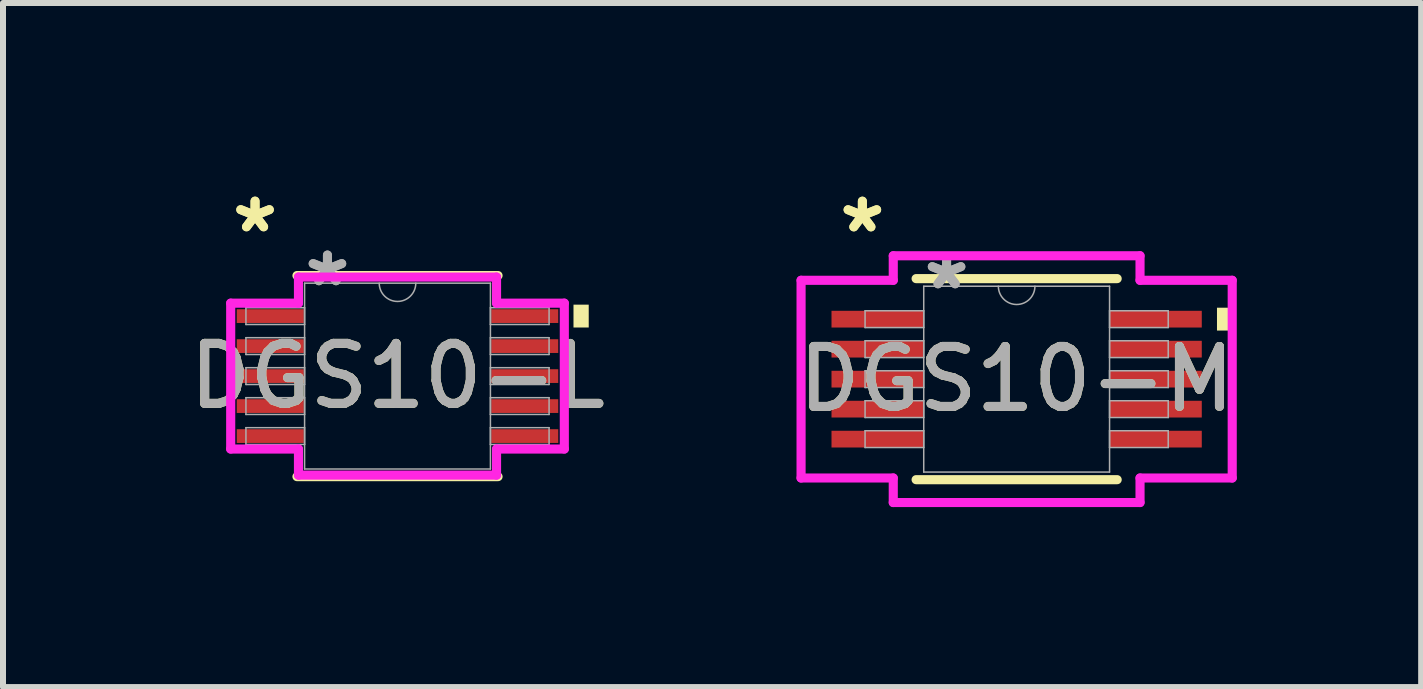
<source format=kicad_pcb>
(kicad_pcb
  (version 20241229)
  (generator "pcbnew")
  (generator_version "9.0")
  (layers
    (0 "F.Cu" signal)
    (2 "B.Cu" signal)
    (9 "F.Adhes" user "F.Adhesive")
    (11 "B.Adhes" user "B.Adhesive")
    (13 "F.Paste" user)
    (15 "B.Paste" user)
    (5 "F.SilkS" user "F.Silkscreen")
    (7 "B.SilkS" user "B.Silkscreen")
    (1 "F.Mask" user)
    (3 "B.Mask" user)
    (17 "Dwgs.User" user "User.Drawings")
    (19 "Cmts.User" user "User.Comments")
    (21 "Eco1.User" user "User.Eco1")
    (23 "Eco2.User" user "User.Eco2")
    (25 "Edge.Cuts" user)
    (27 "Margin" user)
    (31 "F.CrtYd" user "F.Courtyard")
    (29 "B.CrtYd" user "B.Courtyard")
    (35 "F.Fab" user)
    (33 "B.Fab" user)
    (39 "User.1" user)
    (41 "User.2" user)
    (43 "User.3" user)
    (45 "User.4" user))
  (footprint "DGS10-L"
    (layer "F.Cu")
    (at 3.577 3.22)
    (property "Reference" "DGS10-L" (at 0 0 0) (unlocked yes) (layer "F.SilkS") (effects (font (size 1 1) (thickness 0.15))))
    (attr smd)
    (fp_line (start -1.676 1.676) (end 1.676 1.676) (stroke (width 0.152) (type solid)) (layer "F.SilkS"))
    (fp_line (start 1.676 -1.676) (end -1.676 -1.676) (stroke (width 0.152) (type solid)) (layer "F.SilkS"))
    (fp_poly (pts (xy 3.188 -1.191) (xy 3.188 -0.81) (xy 2.934 -0.81) (xy 2.934 -1.191)) (stroke (width 0) (type solid)) (fill yes) (layer "F.SilkS"))
    (fp_line (start -2.781 -1.216) (end -1.651 -1.216) (stroke (width 0.152) (type solid)) (layer "F.CrtYd"))
    (fp_line (start -2.781 1.216) (end -2.781 -1.216) (stroke (width 0.152) (type solid)) (layer "F.CrtYd"))
    (fp_line (start -2.781 1.216) (end -1.651 1.216) (stroke (width 0.152) (type solid)) (layer "F.CrtYd"))
    (fp_line (start -1.651 -1.651) (end 1.651 -1.651) (stroke (width 0.152) (type solid)) (layer "F.CrtYd"))
    (fp_line (start -1.651 -1.216) (end -1.651 -1.651) (stroke (width 0.152) (type solid)) (layer "F.CrtYd"))
    (fp_line (start -1.651 1.651) (end -1.651 1.216) (stroke (width 0.152) (type solid)) (layer "F.CrtYd"))
    (fp_line (start 1.651 -1.651) (end 1.651 -1.216) (stroke (width 0.152) (type solid)) (layer "F.CrtYd"))
    (fp_line (start 1.651 1.216) (end 1.651 1.651) (stroke (width 0.152) (type solid)) (layer "F.CrtYd"))
    (fp_line (start 1.651 1.651) (end -1.651 1.651) (stroke (width 0.152) (type solid)) (layer "F.CrtYd"))
    (fp_line (start 2.781 -1.216) (end 1.651 -1.216) (stroke (width 0.152) (type solid)) (layer "F.CrtYd"))
    (fp_line (start 2.781 -1.216) (end 2.781 1.216) (stroke (width 0.152) (type solid)) (layer "F.CrtYd"))
    (fp_line (start 2.781 1.216) (end 1.651 1.216) (stroke (width 0.152) (type solid)) (layer "F.CrtYd"))
    (fp_line (start -2.527 -1.14) (end -2.527 -0.86) (stroke (width 0.025) (type solid)) (layer "F.Fab"))
    (fp_line (start -2.527 -0.86) (end -1.549 -0.86) (stroke (width 0.025) (type solid)) (layer "F.Fab"))
    (fp_line (start -2.527 -0.64) (end -2.527 -0.36) (stroke (width 0.025) (type solid)) (layer "F.Fab"))
    (fp_line (start -2.527 -0.36) (end -1.549 -0.36) (stroke (width 0.025) (type solid)) (layer "F.Fab"))
    (fp_line (start -2.527 -0.14) (end -2.527 0.14) (stroke (width 0.025) (type solid)) (layer "F.Fab"))
    (fp_line (start -2.527 0.14) (end -1.549 0.14) (stroke (width 0.025) (type solid)) (layer "F.Fab"))
    (fp_line (start -2.527 0.36) (end -2.527 0.64) (stroke (width 0.025) (type solid)) (layer "F.Fab"))
    (fp_line (start -2.527 0.64) (end -1.549 0.64) (stroke (width 0.025) (type solid)) (layer "F.Fab"))
    (fp_line (start -2.527 0.86) (end -2.527 1.14) (stroke (width 0.025) (type solid)) (layer "F.Fab"))
    (fp_line (start -2.527 1.14) (end -1.549 1.14) (stroke (width 0.025) (type solid)) (layer "F.Fab"))
    (fp_line (start -1.549 -1.549) (end -1.549 1.549) (stroke (width 0.025) (type solid)) (layer "F.Fab"))
    (fp_line (start -1.549 -1.14) (end -2.527 -1.14) (stroke (width 0.025) (type solid)) (layer "F.Fab"))
    (fp_line (start -1.549 -0.86) (end -1.549 -1.14) (stroke (width 0.025) (type solid)) (layer "F.Fab"))
    (fp_line (start -1.549 -0.64) (end -2.527 -0.64) (stroke (width 0.025) (type solid)) (layer "F.Fab"))
    (fp_line (start -1.549 -0.36) (end -1.549 -0.64) (stroke (width 0.025) (type solid)) (layer "F.Fab"))
    (fp_line (start -1.549 -0.14) (end -2.527 -0.14) (stroke (width 0.025) (type solid)) (layer "F.Fab"))
    (fp_line (start -1.549 0.14) (end -1.549 -0.14) (stroke (width 0.025) (type solid)) (layer "F.Fab"))
    (fp_line (start -1.549 0.36) (end -2.527 0.36) (stroke (width 0.025) (type solid)) (layer "F.Fab"))
    (fp_line (start -1.549 0.64) (end -1.549 0.36) (stroke (width 0.025) (type solid)) (layer "F.Fab"))
    (fp_line (start -1.549 0.86) (end -2.527 0.86) (stroke (width 0.025) (type solid)) (layer "F.Fab"))
    (fp_line (start -1.549 1.14) (end -1.549 0.86) (stroke (width 0.025) (type solid)) (layer "F.Fab"))
    (fp_line (start -1.549 1.549) (end 1.549 1.549) (stroke (width 0.025) (type solid)) (layer "F.Fab"))
    (fp_line (start 1.549 -1.549) (end -1.549 -1.549) (stroke (width 0.025) (type solid)) (layer "F.Fab"))
    (fp_line (start 1.549 -1.14) (end 1.549 -0.86) (stroke (width 0.025) (type solid)) (layer "F.Fab"))
    (fp_line (start 1.549 -0.86) (end 2.527 -0.86) (stroke (width 0.025) (type solid)) (layer "F.Fab"))
    (fp_line (start 1.549 -0.64) (end 1.549 -0.36) (stroke (width 0.025) (type solid)) (layer "F.Fab"))
    (fp_line (start 1.549 -0.36) (end 2.527 -0.36) (stroke (width 0.025) (type solid)) (layer "F.Fab"))
    (fp_line (start 1.549 -0.14) (end 1.549 0.14) (stroke (width 0.025) (type solid)) (layer "F.Fab"))
    (fp_line (start 1.549 0.14) (end 2.527 0.14) (stroke (width 0.025) (type solid)) (layer "F.Fab"))
    (fp_line (start 1.549 0.36) (end 1.549 0.64) (stroke (width 0.025) (type solid)) (layer "F.Fab"))
    (fp_line (start 1.549 0.64) (end 2.527 0.64) (stroke (width 0.025) (type solid)) (layer "F.Fab"))
    (fp_line (start 1.549 0.86) (end 1.549 1.14) (stroke (width 0.025) (type solid)) (layer "F.Fab"))
    (fp_line (start 1.549 1.14) (end 2.527 1.14) (stroke (width 0.025) (type solid)) (layer "F.Fab"))
    (fp_line (start 1.549 1.549) (end 1.549 -1.549) (stroke (width 0.025) (type solid)) (layer "F.Fab"))
    (fp_line (start 2.527 -1.14) (end 1.549 -1.14) (stroke (width 0.025) (type solid)) (layer "F.Fab"))
    (fp_line (start 2.527 -0.86) (end 2.527 -1.14) (stroke (width 0.025) (type solid)) (layer "F.Fab"))
    (fp_line (start 2.527 -0.64) (end 1.549 -0.64) (stroke (width 0.025) (type solid)) (layer "F.Fab"))
    (fp_line (start 2.527 -0.36) (end 2.527 -0.64) (stroke (width 0.025) (type solid)) (layer "F.Fab"))
    (fp_line (start 2.527 -0.14) (end 1.549 -0.14) (stroke (width 0.025) (type solid)) (layer "F.Fab"))
    (fp_line (start 2.527 0.14) (end 2.527 -0.14) (stroke (width 0.025) (type solid)) (layer "F.Fab"))
    (fp_line (start 2.527 0.36) (end 1.549 0.36) (stroke (width 0.025) (type solid)) (layer "F.Fab"))
    (fp_line (start 2.527 0.64) (end 2.527 0.36) (stroke (width 0.025) (type solid)) (layer "F.Fab"))
    (fp_line (start 2.527 0.86) (end 1.549 0.86) (stroke (width 0.025) (type solid)) (layer "F.Fab"))
    (fp_line (start 2.527 1.14) (end 2.527 0.86) (stroke (width 0.025) (type solid)) (layer "F.Fab"))
    (fp_arc (start 0.3048 -1.5494) (mid 0 -1.2446) (end -0.3048 -1.5494) (stroke (width 0.0254) (type solid)) (layer "F.Fab"))
    (fp_text user "*" (at -2.375 -2.372 0) (layer "F.SilkS") (effects (font (size 1 1) (thickness 0.15))))
    (fp_text user "*" (at -2.375 -2.372 0) (unlocked yes) (layer "F.SilkS") (effects (font (size 1 1) (thickness 0.15))))
    (fp_text user "${REFERENCE}" (at 0 0 0) (unlocked yes) (layer "F.Fab") (effects (font (size 1 1) (thickness 0.15))))
    (fp_text user "*" (at -1.168 -1.473 0) (unlocked yes) (layer "F.Fab") (effects (font (size 1 1) (thickness 0.15))))
    (fp_text user "*" (at -1.168 -1.473 0) (layer "F.Fab") (effects (font (size 1 1) (thickness 0.15))))
    (pad "1" smd rect (at -2.121 -1) (size 1.118 0.229) (layers "F.Cu" "F.Mask" "F.Paste"))
    (pad "2" smd rect (at -2.121 -0.5) (size 1.118 0.229) (layers "F.Cu" "F.Mask" "F.Paste"))
    (pad "3" smd rect (at -2.121 0) (size 1.118 0.229) (layers "F.Cu" "F.Mask" "F.Paste"))
    (pad "4" smd rect (at -2.121 0.5) (size 1.118 0.229) (layers "F.Cu" "F.Mask" "F.Paste"))
    (pad "5" smd rect (at -2.121 1) (size 1.118 0.229) (layers "F.Cu" "F.Mask" "F.Paste"))
    (pad "6" smd rect (at 2.121 1) (size 1.118 0.229) (layers "F.Cu" "F.Mask" "F.Paste"))
    (pad "7" smd rect (at 2.121 0.5) (size 1.118 0.229) (layers "F.Cu" "F.Mask" "F.Paste"))
    (pad "8" smd rect (at 2.121 0) (size 1.118 0.229) (layers "F.Cu" "F.Mask" "F.Paste"))
    (pad "9" smd rect (at 2.121 -0.5) (size 1.118 0.229) (layers "F.Cu" "F.Mask" "F.Paste"))
    (pad "10" smd rect (at 2.121 -1) (size 1.118 0.229) (layers "F.Cu" "F.Mask" "F.Paste")))
  (footprint "DGS10-M"
    (layer "F.Cu")
    (at 13.899 3.271)
    (property "Reference" "DGS10-M" (at 0 0 0) (unlocked yes) (layer "F.SilkS") (effects (font (size 1 1) (thickness 0.15))))
    (attr smd)
    (fp_line (start -1.676 1.676) (end 1.676 1.676) (stroke (width 0.152) (type solid)) (layer "F.SilkS"))
    (fp_line (start 1.676 -1.676) (end -1.676 -1.676) (stroke (width 0.152) (type solid)) (layer "F.SilkS"))
    (fp_poly (pts (xy 3.594 -1.191) (xy 3.594 -0.81) (xy 3.34 -0.81) (xy 3.34 -1.191)) (stroke (width 0) (type solid)) (fill yes) (layer "F.SilkS"))
    (fp_line (start -3.594 -1.648) (end -2.057 -1.648) (stroke (width 0.152) (type solid)) (layer "F.CrtYd"))
    (fp_line (start -3.594 1.648) (end -3.594 -1.648) (stroke (width 0.152) (type solid)) (layer "F.CrtYd"))
    (fp_line (start -3.594 1.648) (end -2.057 1.648) (stroke (width 0.152) (type solid)) (layer "F.CrtYd"))
    (fp_line (start -2.057 -2.057) (end 2.057 -2.057) (stroke (width 0.152) (type solid)) (layer "F.CrtYd"))
    (fp_line (start -2.057 -1.648) (end -2.057 -2.057) (stroke (width 0.152) (type solid)) (layer "F.CrtYd"))
    (fp_line (start -2.057 2.057) (end -2.057 1.648) (stroke (width 0.152) (type solid)) (layer "F.CrtYd"))
    (fp_line (start 2.057 -2.057) (end 2.057 -1.648) (stroke (width 0.152) (type solid)) (layer "F.CrtYd"))
    (fp_line (start 2.057 1.648) (end 2.057 2.057) (stroke (width 0.152) (type solid)) (layer "F.CrtYd"))
    (fp_line (start 2.057 2.057) (end -2.057 2.057) (stroke (width 0.152) (type solid)) (layer "F.CrtYd"))
    (fp_line (start 3.594 -1.648) (end 2.057 -1.648) (stroke (width 0.152) (type solid)) (layer "F.CrtYd"))
    (fp_line (start 3.594 -1.648) (end 3.594 1.648) (stroke (width 0.152) (type solid)) (layer "F.CrtYd"))
    (fp_line (start 3.594 1.648) (end 2.057 1.648) (stroke (width 0.152) (type solid)) (layer "F.CrtYd"))
    (fp_line (start -2.527 -1.14) (end -2.527 -0.86) (stroke (width 0.025) (type solid)) (layer "F.Fab"))
    (fp_line (start -2.527 -0.86) (end -1.549 -0.86) (stroke (width 0.025) (type solid)) (layer "F.Fab"))
    (fp_line (start -2.527 -0.64) (end -2.527 -0.36) (stroke (width 0.025) (type solid)) (layer "F.Fab"))
    (fp_line (start -2.527 -0.36) (end -1.549 -0.36) (stroke (width 0.025) (type solid)) (layer "F.Fab"))
    (fp_line (start -2.527 -0.14) (end -2.527 0.14) (stroke (width 0.025) (type solid)) (layer "F.Fab"))
    (fp_line (start -2.527 0.14) (end -1.549 0.14) (stroke (width 0.025) (type solid)) (layer "F.Fab"))
    (fp_line (start -2.527 0.36) (end -2.527 0.64) (stroke (width 0.025) (type solid)) (layer "F.Fab"))
    (fp_line (start -2.527 0.64) (end -1.549 0.64) (stroke (width 0.025) (type solid)) (layer "F.Fab"))
    (fp_line (start -2.527 0.86) (end -2.527 1.14) (stroke (width 0.025) (type solid)) (layer "F.Fab"))
    (fp_line (start -2.527 1.14) (end -1.549 1.14) (stroke (width 0.025) (type solid)) (layer "F.Fab"))
    (fp_line (start -1.549 -1.549) (end -1.549 1.549) (stroke (width 0.025) (type solid)) (layer "F.Fab"))
    (fp_line (start -1.549 -1.14) (end -2.527 -1.14) (stroke (width 0.025) (type solid)) (layer "F.Fab"))
    (fp_line (start -1.549 -0.86) (end -1.549 -1.14) (stroke (width 0.025) (type solid)) (layer "F.Fab"))
    (fp_line (start -1.549 -0.64) (end -2.527 -0.64) (stroke (width 0.025) (type solid)) (layer "F.Fab"))
    (fp_line (start -1.549 -0.36) (end -1.549 -0.64) (stroke (width 0.025) (type solid)) (layer "F.Fab"))
    (fp_line (start -1.549 -0.14) (end -2.527 -0.14) (stroke (width 0.025) (type solid)) (layer "F.Fab"))
    (fp_line (start -1.549 0.14) (end -1.549 -0.14) (stroke (width 0.025) (type solid)) (layer "F.Fab"))
    (fp_line (start -1.549 0.36) (end -2.527 0.36) (stroke (width 0.025) (type solid)) (layer "F.Fab"))
    (fp_line (start -1.549 0.64) (end -1.549 0.36) (stroke (width 0.025) (type solid)) (layer "F.Fab"))
    (fp_line (start -1.549 0.86) (end -2.527 0.86) (stroke (width 0.025) (type solid)) (layer "F.Fab"))
    (fp_line (start -1.549 1.14) (end -1.549 0.86) (stroke (width 0.025) (type solid)) (layer "F.Fab"))
    (fp_line (start -1.549 1.549) (end 1.549 1.549) (stroke (width 0.025) (type solid)) (layer "F.Fab"))
    (fp_line (start 1.549 -1.549) (end -1.549 -1.549) (stroke (width 0.025) (type solid)) (layer "F.Fab"))
    (fp_line (start 1.549 -1.14) (end 1.549 -0.86) (stroke (width 0.025) (type solid)) (layer "F.Fab"))
    (fp_line (start 1.549 -0.86) (end 2.527 -0.86) (stroke (width 0.025) (type solid)) (layer "F.Fab"))
    (fp_line (start 1.549 -0.64) (end 1.549 -0.36) (stroke (width 0.025) (type solid)) (layer "F.Fab"))
    (fp_line (start 1.549 -0.36) (end 2.527 -0.36) (stroke (width 0.025) (type solid)) (layer "F.Fab"))
    (fp_line (start 1.549 -0.14) (end 1.549 0.14) (stroke (width 0.025) (type solid)) (layer "F.Fab"))
    (fp_line (start 1.549 0.14) (end 2.527 0.14) (stroke (width 0.025) (type solid)) (layer "F.Fab"))
    (fp_line (start 1.549 0.36) (end 1.549 0.64) (stroke (width 0.025) (type solid)) (layer "F.Fab"))
    (fp_line (start 1.549 0.64) (end 2.527 0.64) (stroke (width 0.025) (type solid)) (layer "F.Fab"))
    (fp_line (start 1.549 0.86) (end 1.549 1.14) (stroke (width 0.025) (type solid)) (layer "F.Fab"))
    (fp_line (start 1.549 1.14) (end 2.527 1.14) (stroke (width 0.025) (type solid)) (layer "F.Fab"))
    (fp_line (start 1.549 1.549) (end 1.549 -1.549) (stroke (width 0.025) (type solid)) (layer "F.Fab"))
    (fp_line (start 2.527 -1.14) (end 1.549 -1.14) (stroke (width 0.025) (type solid)) (layer "F.Fab"))
    (fp_line (start 2.527 -0.86) (end 2.527 -1.14) (stroke (width 0.025) (type solid)) (layer "F.Fab"))
    (fp_line (start 2.527 -0.64) (end 1.549 -0.64) (stroke (width 0.025) (type solid)) (layer "F.Fab"))
    (fp_line (start 2.527 -0.36) (end 2.527 -0.64) (stroke (width 0.025) (type solid)) (layer "F.Fab"))
    (fp_line (start 2.527 -0.14) (end 1.549 -0.14) (stroke (width 0.025) (type solid)) (layer "F.Fab"))
    (fp_line (start 2.527 0.14) (end 2.527 -0.14) (stroke (width 0.025) (type solid)) (layer "F.Fab"))
    (fp_line (start 2.527 0.36) (end 1.549 0.36) (stroke (width 0.025) (type solid)) (layer "F.Fab"))
    (fp_line (start 2.527 0.64) (end 2.527 0.36) (stroke (width 0.025) (type solid)) (layer "F.Fab"))
    (fp_line (start 2.527 0.86) (end 1.549 0.86) (stroke (width 0.025) (type solid)) (layer "F.Fab"))
    (fp_line (start 2.527 1.14) (end 2.527 0.86) (stroke (width 0.025) (type solid)) (layer "F.Fab"))
    (fp_arc (start 0.3048 -1.5494) (mid 0 -1.2446) (end -0.3048 -1.5494) (stroke (width 0.0254) (type solid)) (layer "F.Fab"))
    (fp_text user "*" (at -2.572 -2.422 0) (unlocked yes) (layer "F.SilkS") (effects (font (size 1 1) (thickness 0.15))))
    (fp_text user "*" (at -2.572 -2.422 0) (layer "F.SilkS") (effects (font (size 1 1) (thickness 0.15))))
    (fp_text user "*" (at -1.168 -1.473 0) (unlocked yes) (layer "F.Fab") (effects (font (size 1 1) (thickness 0.15))))
    (fp_text user "${REFERENCE}" (at 0 0 0) (unlocked yes) (layer "F.Fab") (effects (font (size 1 1) (thickness 0.15))))
    (fp_text user "*" (at -1.168 -1.473 0) (layer "F.Fab") (effects (font (size 1 1) (thickness 0.15))))
    (pad "1" smd rect (at -2.318 -1) (size 1.537 0.279) (layers "F.Cu" "F.Mask" "F.Paste"))
    (pad "2" smd rect (at -2.318 -0.5) (size 1.537 0.279) (layers "F.Cu" "F.Mask" "F.Paste"))
    (pad "3" smd rect (at -2.318 0) (size 1.537 0.279) (layers "F.Cu" "F.Mask" "F.Paste"))
    (pad "4" smd rect (at -2.318 0.5) (size 1.537 0.279) (layers "F.Cu" "F.Mask" "F.Paste"))
    (pad "5" smd rect (at -2.318 1) (size 1.537 0.279) (layers "F.Cu" "F.Mask" "F.Paste"))
    (pad "6" smd rect (at 2.318 1) (size 1.537 0.279) (layers "F.Cu" "F.Mask" "F.Paste"))
    (pad "7" smd rect (at 2.318 0.5) (size 1.537 0.279) (layers "F.Cu" "F.Mask" "F.Paste"))
    (pad "8" smd rect (at 2.318 0) (size 1.537 0.279) (layers "F.Cu" "F.Mask" "F.Paste"))
    (pad "9" smd rect (at 2.318 -0.5) (size 1.537 0.279) (layers "F.Cu" "F.Mask" "F.Paste"))
    (pad "10" smd rect (at 2.318 -1) (size 1.537 0.279) (layers "F.Cu" "F.Mask" "F.Paste")))
  (gr_rect
    (start -3 -3)
    (end 20.643 8.404)
    (stroke (width 0.1) (type default))
    (fill no)
    (layer "Edge.Cuts")))
</source>
